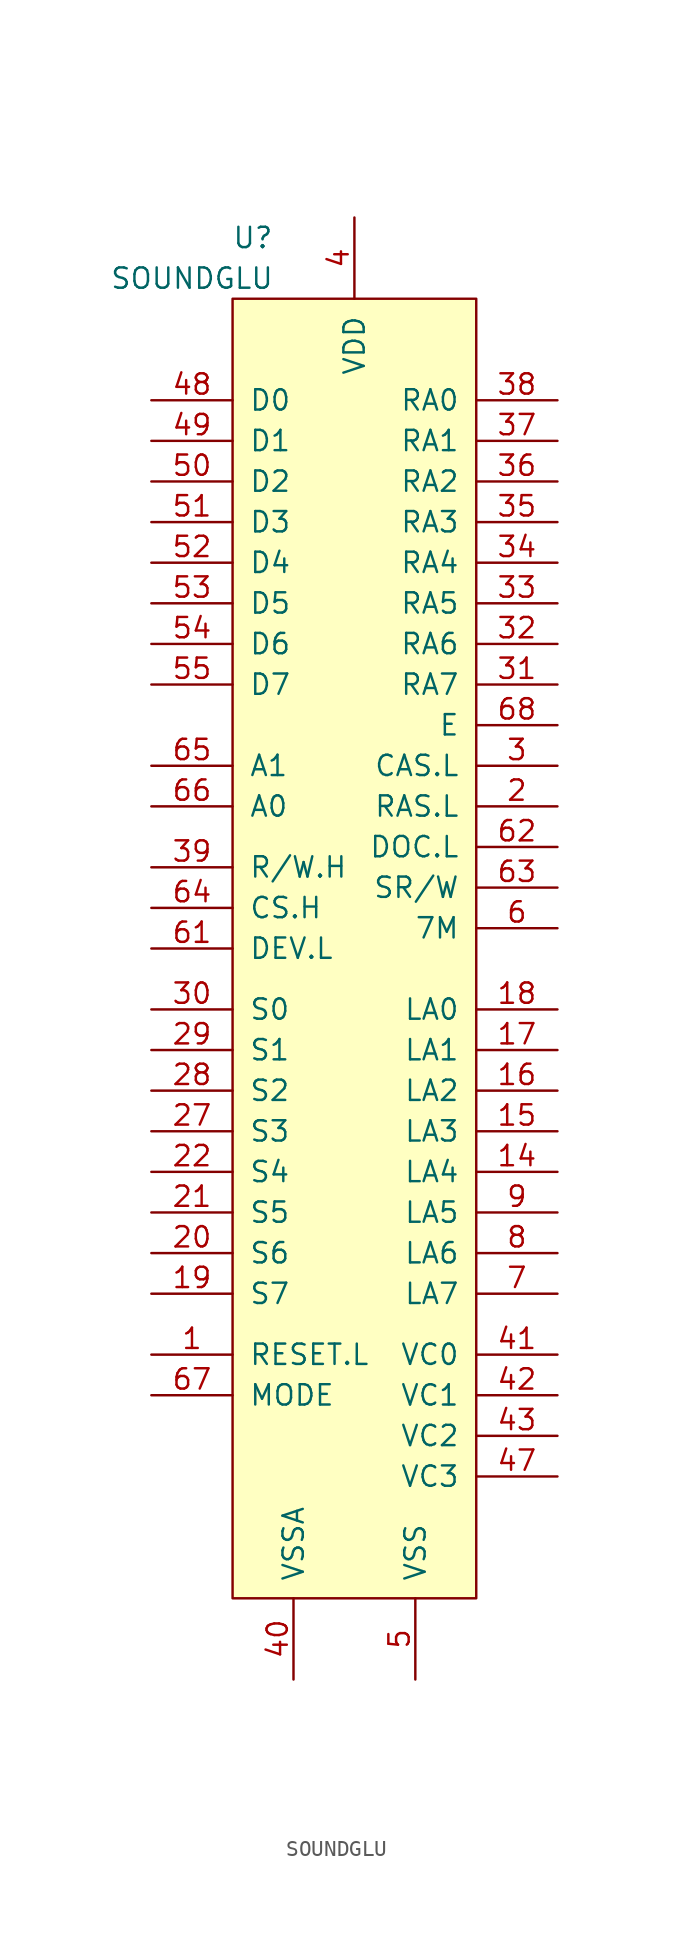
<source format=kicad_sym>
(kicad_symbol_lib
  (version 20211014)
  (generator kicad_symbol_editor)
  (symbol "SOUNDGLU"
    (pin_names
      (offset 1.016))
    (property "Reference" "U"
      (at -6.35 43.18 0)
      (effects (font (size 1.27 1.27))))
    (property "Value" "SOUNDGLU"
      (at -10.16 40.64 0)
      (effects (font (size 1.27 1.27))))
    (symbol "SOUNDGLU_0_0"
      (rectangle (start -7.62 39.37) (end 7.62 -41.91) (stroke (width 0) (type default) (color 0 0 0 0)) (fill (type background))))
    (symbol "SOUNDGLU_1_1"
      (pin input line (at -12.7 -26.67 0) (length 5.08) (name "RESET.L" (effects (font (size 1.27 1.27)))) (number "1" (effects (font (size 1.27 1.27)))))
      (pin output line (at 12.7 -15.24 180) (length 5.08) (name "LA4" (effects (font (size 1.27 1.27)))) (number "14" (effects (font (size 1.27 1.27)))))
      (pin output line (at 12.7 -12.7 180) (length 5.08) (name "LA3" (effects (font (size 1.27 1.27)))) (number "15" (effects (font (size 1.27 1.27)))))
      (pin output line (at 12.7 -10.16 180) (length 5.08) (name "LA2" (effects (font (size 1.27 1.27)))) (number "16" (effects (font (size 1.27 1.27)))))
      (pin output line (at 12.7 -7.62 180) (length 5.08) (name "LA1" (effects (font (size 1.27 1.27)))) (number "17" (effects (font (size 1.27 1.27)))))
      (pin output line (at 12.7 -5.08 180) (length 5.08) (name "LA0" (effects (font (size 1.27 1.27)))) (number "18" (effects (font (size 1.27 1.27)))))
      (pin input line (at -12.7 -22.86 0) (length 5.08) (name "S7" (effects (font (size 1.27 1.27)))) (number "19" (effects (font (size 1.27 1.27)))))
      (pin output line (at 12.7 7.62 180) (length 5.08) (name "RAS.L" (effects (font (size 1.27 1.27)))) (number "2" (effects (font (size 1.27 1.27)))))
      (pin input line (at -12.7 -20.32 0) (length 5.08) (name "S6" (effects (font (size 1.27 1.27)))) (number "20" (effects (font (size 1.27 1.27)))))
      (pin input line (at -12.7 -17.78 0) (length 5.08) (name "S5" (effects (font (size 1.27 1.27)))) (number "21" (effects (font (size 1.27 1.27)))))
      (pin input line (at -12.7 -15.24 0) (length 5.08) (name "S4" (effects (font (size 1.27 1.27)))) (number "22" (effects (font (size 1.27 1.27)))))
      (pin input line (at -12.7 -12.7 0) (length 5.08) (name "S3" (effects (font (size 1.27 1.27)))) (number "27" (effects (font (size 1.27 1.27)))))
      (pin input line (at -12.7 -10.16 0) (length 5.08) (name "S2" (effects (font (size 1.27 1.27)))) (number "28" (effects (font (size 1.27 1.27)))))
      (pin input line (at -12.7 -7.62 0) (length 5.08) (name "S1" (effects (font (size 1.27 1.27)))) (number "29" (effects (font (size 1.27 1.27)))))
      (pin output line (at 12.7 10.16 180) (length 5.08) (name "CAS.L" (effects (font (size 1.27 1.27)))) (number "3" (effects (font (size 1.27 1.27)))))
      (pin input line (at -12.7 -5.08 0) (length 5.08) (name "S0" (effects (font (size 1.27 1.27)))) (number "30" (effects (font (size 1.27 1.27)))))
      (pin output line (at 12.7 15.24 180) (length 5.08) (name "RA7" (effects (font (size 1.27 1.27)))) (number "31" (effects (font (size 1.27 1.27)))))
      (pin output line (at 12.7 17.78 180) (length 5.08) (name "RA6" (effects (font (size 1.27 1.27)))) (number "32" (effects (font (size 1.27 1.27)))))
      (pin output line (at 12.7 20.32 180) (length 5.08) (name "RA5" (effects (font (size 1.27 1.27)))) (number "33" (effects (font (size 1.27 1.27)))))
      (pin output line (at 12.7 22.86 180) (length 5.08) (name "RA4" (effects (font (size 1.27 1.27)))) (number "34" (effects (font (size 1.27 1.27)))))
      (pin output line (at 12.7 25.4 180) (length 5.08) (name "RA3" (effects (font (size 1.27 1.27)))) (number "35" (effects (font (size 1.27 1.27)))))
      (pin output line (at 12.7 27.94 180) (length 5.08) (name "RA2" (effects (font (size 1.27 1.27)))) (number "36" (effects (font (size 1.27 1.27)))))
      (pin output line (at 12.7 30.48 180) (length 5.08) (name "RA1" (effects (font (size 1.27 1.27)))) (number "37" (effects (font (size 1.27 1.27)))))
      (pin output line (at 12.7 33.02 180) (length 5.08) (name "RA0" (effects (font (size 1.27 1.27)))) (number "38" (effects (font (size 1.27 1.27)))))
      (pin input line (at -12.7 3.81 0) (length 5.08) (name "R/W.H" (effects (font (size 1.27 1.27)))) (number "39" (effects (font (size 1.27 1.27)))))
      (pin power_in line (at 0 44.45 270) (length 5.08) (name "VDD" (effects (font (size 1.27 1.27)))) (number "4" (effects (font (size 1.27 1.27)))))
      (pin power_in line (at -3.81 -46.99 90) (length 5.08) (name "VSSA" (effects (font (size 1.27 1.27)))) (number "40" (effects (font (size 1.27 1.27)))))
      (pin passive line (at 12.7 -26.67 180) (length 5.08) (name "VC0" (effects (font (size 1.27 1.27)))) (number "41" (effects (font (size 1.27 1.27)))))
      (pin passive line (at 12.7 -29.21 180) (length 5.08) (name "VC1" (effects (font (size 1.27 1.27)))) (number "42" (effects (font (size 1.27 1.27)))))
      (pin passive line (at 12.7 -31.75 180) (length 5.08) (name "VC2" (effects (font (size 1.27 1.27)))) (number "43" (effects (font (size 1.27 1.27)))))
      (pin passive line (at 12.7 -34.29 180) (length 5.08) (name "VC3" (effects (font (size 1.27 1.27)))) (number "47" (effects (font (size 1.27 1.27)))))
      (pin input line (at -12.7 33.02 0) (length 5.08) (name "D0" (effects (font (size 1.27 1.27)))) (number "48" (effects (font (size 1.27 1.27)))))
      (pin input line (at -12.7 30.48 0) (length 5.08) (name "D1" (effects (font (size 1.27 1.27)))) (number "49" (effects (font (size 1.27 1.27)))))
      (pin power_in line (at 3.81 -46.99 90) (length 5.08) (name "VSS" (effects (font (size 1.27 1.27)))) (number "5" (effects (font (size 1.27 1.27)))))
      (pin input line (at -12.7 27.94 0) (length 5.08) (name "D2" (effects (font (size 1.27 1.27)))) (number "50" (effects (font (size 1.27 1.27)))))
      (pin input line (at -12.7 25.4 0) (length 5.08) (name "D3" (effects (font (size 1.27 1.27)))) (number "51" (effects (font (size 1.27 1.27)))))
      (pin input line (at -12.7 22.86 0) (length 5.08) (name "D4" (effects (font (size 1.27 1.27)))) (number "52" (effects (font (size 1.27 1.27)))))
      (pin input line (at -12.7 20.32 0) (length 5.08) (name "D5" (effects (font (size 1.27 1.27)))) (number "53" (effects (font (size 1.27 1.27)))))
      (pin input line (at -12.7 17.78 0) (length 5.08) (name "D6" (effects (font (size 1.27 1.27)))) (number "54" (effects (font (size 1.27 1.27)))))
      (pin input line (at -12.7 15.24 0) (length 5.08) (name "D7" (effects (font (size 1.27 1.27)))) (number "55" (effects (font (size 1.27 1.27)))))
      (pin input line (at 12.7 0 180) (length 5.08) (name "7M" (effects (font (size 1.27 1.27)))) (number "6" (effects (font (size 1.27 1.27)))))
      (pin input line (at -12.7 -1.27 0) (length 5.08) (name "DEV.L" (effects (font (size 1.27 1.27)))) (number "61" (effects (font (size 1.27 1.27)))))
      (pin output line (at 12.7 5.08 180) (length 5.08) (name "DOC.L" (effects (font (size 1.27 1.27)))) (number "62" (effects (font (size 1.27 1.27)))))
      (pin output line (at 12.7 2.54 180) (length 5.08) (name "SR/W" (effects (font (size 1.27 1.27)))) (number "63" (effects (font (size 1.27 1.27)))))
      (pin input line (at -12.7 1.27 0) (length 5.08) (name "CS.H" (effects (font (size 1.27 1.27)))) (number "64" (effects (font (size 1.27 1.27)))))
      (pin input line (at -12.7 10.16 0) (length 5.08) (name "A1" (effects (font (size 1.27 1.27)))) (number "65" (effects (font (size 1.27 1.27)))))
      (pin input line (at -12.7 7.62 0) (length 5.08) (name "A0" (effects (font (size 1.27 1.27)))) (number "66" (effects (font (size 1.27 1.27)))))
      (pin input line (at -12.7 -29.21 0) (length 5.08) (name "MODE" (effects (font (size 1.27 1.27)))) (number "67" (effects (font (size 1.27 1.27)))))
      (pin passive line (at 12.7 12.7 180) (length 5.08) (name "E" (effects (font (size 1.27 1.27)))) (number "68" (effects (font (size 1.27 1.27)))))
      (pin output line (at 12.7 -22.86 180) (length 5.08) (name "LA7" (effects (font (size 1.27 1.27)))) (number "7" (effects (font (size 1.27 1.27)))))
      (pin output line (at 12.7 -20.32 180) (length 5.08) (name "LA6" (effects (font (size 1.27 1.27)))) (number "8" (effects (font (size 1.27 1.27)))))
      (pin output line (at 12.7 -17.78 180) (length 5.08) (name "LA5" (effects (font (size 1.27 1.27)))) (number "9" (effects (font (size 1.27 1.27))))))))
</source>
